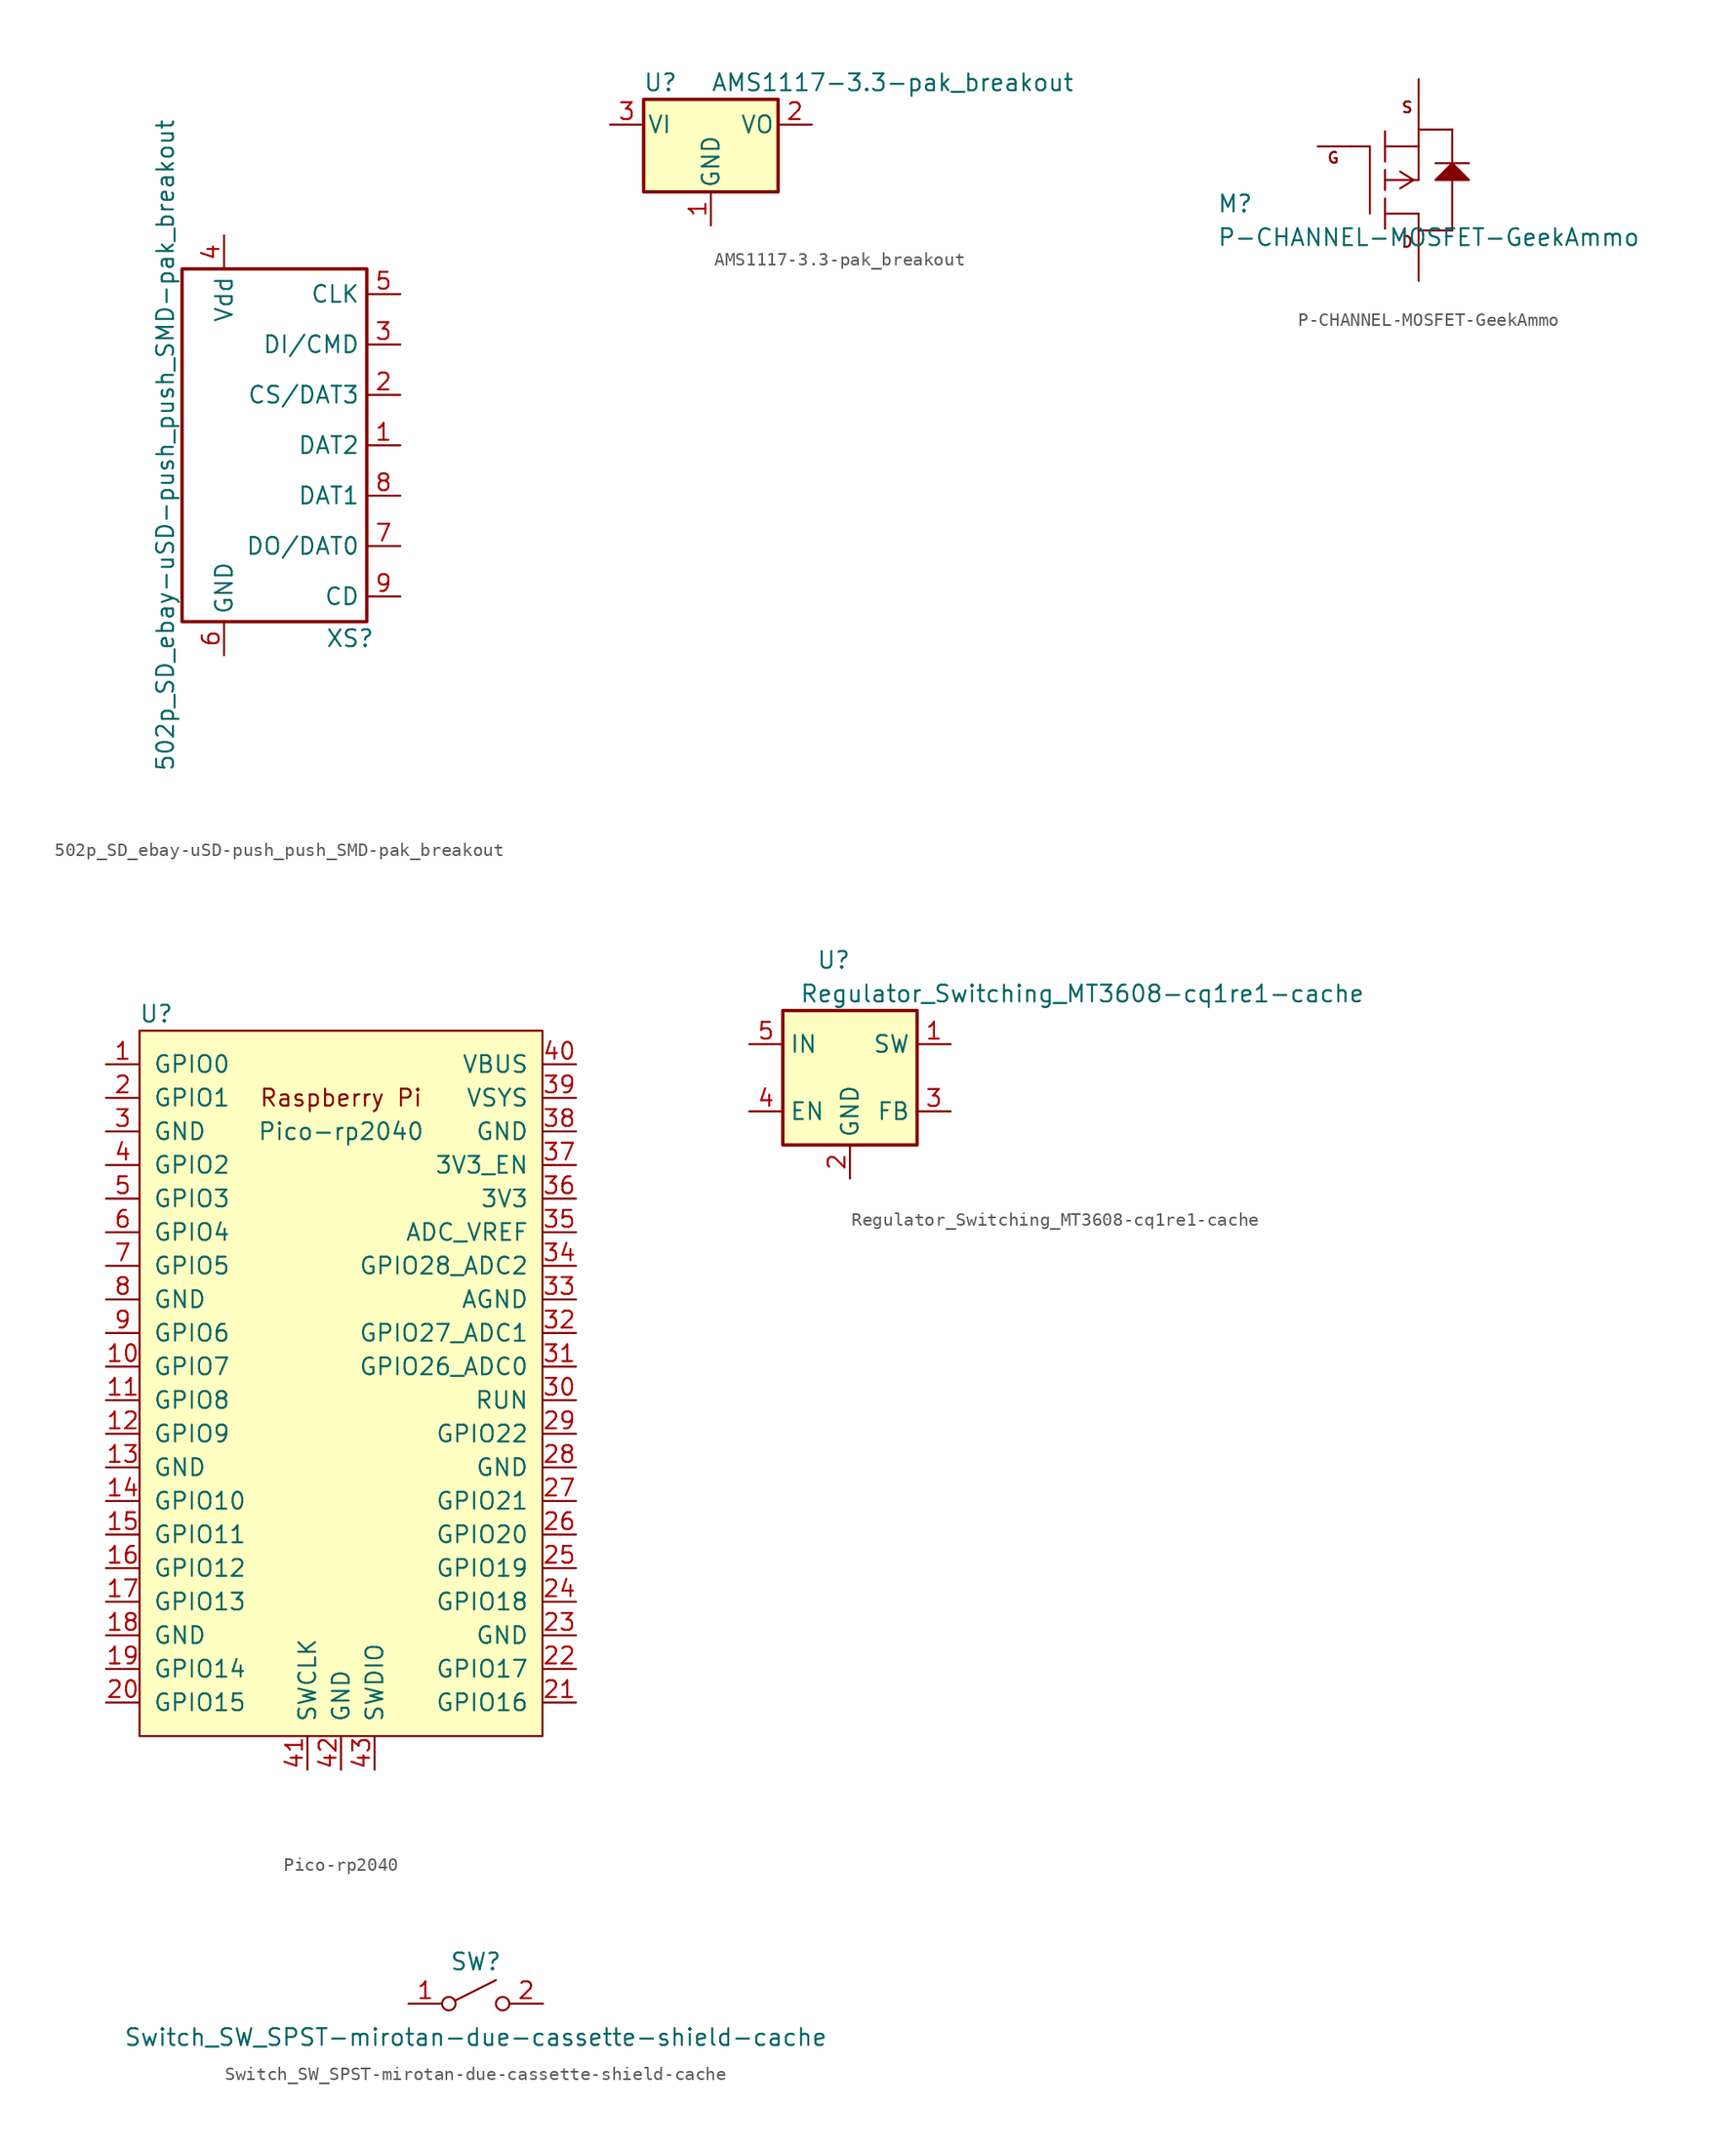
<source format=kicad_sym>
(kicad_symbol_lib
  (version 20231120)
  (generator "kicad_symbol_editor")
  (generator_version "8.0")
  (symbol "502p_SD_ebay-uSD-push_push_SMD-pak_breakout"
    (property "Reference" "XS"
      (at 5.715 -14.605 0)
      (effects (font (size 1.27 1.27))))
    (property "Value" "502p_SD_ebay-uSD-push_push_SMD-pak_breakout"
      (at -8.255 0 90)
      (effects (font (size 1.27 1.27))))
    (symbol "502p_SD_ebay-uSD-push_push_SMD-pak_breakout_0_0"
      (rectangle (start -6.985 13.335) (end 6.985 -13.335) (stroke (width 0.254) (type solid)) (fill (type none))))
    (symbol "502p_SD_ebay-uSD-push_push_SMD-pak_breakout_1_1"
      (pin bidirectional line (at 9.525 0 180) (length 2.54) (name "DAT2" (effects (font (size 1.27 1.27)))) (number "1" (effects (font (size 1.27 1.27)))))
      (pin input line (at 9.525 3.81 180) (length 2.54) (name "CS/DAT3" (effects (font (size 1.27 1.27)))) (number "2" (effects (font (size 1.27 1.27)))))
      (pin input line (at 9.525 7.62 180) (length 2.54) (name "DI/CMD" (effects (font (size 1.27 1.27)))) (number "3" (effects (font (size 1.27 1.27)))))
      (pin input line (at -3.81 15.875 270) (length 2.54) (name "Vdd" (effects (font (size 1.27 1.27)))) (number "4" (effects (font (size 1.27 1.27)))))
      (pin input line (at 9.525 11.43 180) (length 2.54) (name "CLK" (effects (font (size 1.27 1.27)))) (number "5" (effects (font (size 1.27 1.27)))))
      (pin input line (at -3.81 -15.875 90) (length 2.54) (name "GND" (effects (font (size 1.27 1.27)))) (number "6" (effects (font (size 1.27 1.27)))))
      (pin input line (at 9.525 -7.62 180) (length 2.54) (name "DO/DAT0" (effects (font (size 1.27 1.27)))) (number "7" (effects (font (size 1.27 1.27)))))
      (pin bidirectional line (at 9.525 -3.81 180) (length 2.54) (name "DAT1" (effects (font (size 1.27 1.27)))) (number "8" (effects (font (size 1.27 1.27)))))
      (pin input line (at 9.525 -11.43 180) (length 2.54) (name "CD" (effects (font (size 1.27 1.27)))) (number "9" (effects (font (size 1.27 1.27)))))))
  (symbol "AMS1117-3.3-pak_breakout"
    (pin_names
      (offset 0.254))
    (property "Reference" "U"
      (at -3.81 3.175 0)
      (effects (font (size 1.27 1.27))))
    (property "Value" "AMS1117-3.3-pak_breakout"
      (at 0 3.175 0)
      (effects (font (size 1.27 1.27)) (justify left)))
    (symbol "AMS1117-3.3-pak_breakout_0_1"
      (rectangle (start -5.08 -5.08) (end 5.08 1.905) (stroke (width 0.254) (type solid)) (fill (type background))))
    (symbol "AMS1117-3.3-pak_breakout_1_1"
      (pin power_in line (at 0 -7.62 90) (length 2.54) (name "GND" (effects (font (size 1.27 1.27)))) (number "1" (effects (font (size 1.27 1.27)))))
      (pin power_out line (at 7.62 0 180) (length 2.54) (name "VO" (effects (font (size 1.27 1.27)))) (number "2" (effects (font (size 1.27 1.27)))))
      (pin power_in line (at -7.62 0 0) (length 2.54) (name "VI" (effects (font (size 1.27 1.27)))) (number "3" (effects (font (size 1.27 1.27)))))))
  (symbol "P-CHANNEL-MOSFET-GeekAmmo"
    (pin_numbers hide)
    (pin_names
      (offset 1.016) hide)
    (property "Reference" "M"
      (at -12.7 -2.54 0)
      (effects (font (size 1.27 1.27)) (justify left bottom)))
    (property "Value" "P-CHANNEL-MOSFET-GeekAmmo"
      (at -12.7 -5.08 0)
      (effects (font (size 1.27 1.27)) (justify left bottom)))
    (property "ki_locked" ""
      (at 0 0 0)
      (effects (font (size 1.27 1.27))))
    (symbol "P-CHANNEL-MOSFET-GeekAmmo_1_0"
      (polyline (pts (xy -2.54 2.54) (xy -1.219 2.54)) (stroke (width 0) (type solid)) (fill (type none)))
      (polyline (pts (xy -1.143 2.54) (xy -1.143 -2.54)) (stroke (width 0) (type solid)) (fill (type none)))
      (polyline (pts (xy 0 -2.54) (xy 0 -3.683)) (stroke (width 0) (type solid)) (fill (type none)))
      (polyline (pts (xy 0 -2.54) (xy 2.54 -2.54)) (stroke (width 0) (type solid)) (fill (type none)))
      (polyline (pts (xy 0 -1.397) (xy 0 -2.54)) (stroke (width 0) (type solid)) (fill (type none)))
      (polyline (pts (xy 0 0) (xy 0 -0.762)) (stroke (width 0) (type solid)) (fill (type none)))
      (polyline (pts (xy 0 0) (xy 2.159 0)) (stroke (width 0) (type solid)) (fill (type none)))
      (polyline (pts (xy 0 0.762) (xy 0 0)) (stroke (width 0) (type solid)) (fill (type none)))
      (polyline (pts (xy 0 2.54) (xy 0 1.397)) (stroke (width 0) (type solid)) (fill (type none)))
      (polyline (pts (xy 0 2.54) (xy 2.54 2.54)) (stroke (width 0) (type solid)) (fill (type none)))
      (polyline (pts (xy 0 3.683) (xy 0 2.54)) (stroke (width 0) (type solid)) (fill (type none)))
      (polyline (pts (xy 1.143 -0.635) (xy 2.159 0)) (stroke (width 0) (type solid)) (fill (type none)))
      (polyline (pts (xy 1.143 0.635) (xy 2.159 0)) (stroke (width 0) (type solid)) (fill (type none)))
      (polyline (pts (xy 2.159 0) (xy 2.54 0)) (stroke (width 0) (type solid)) (fill (type none)))
      (polyline (pts (xy 2.54 -3.81) (xy 2.54 -5.08)) (stroke (width 0) (type solid)) (fill (type none)))
      (polyline (pts (xy 2.54 -2.54) (xy 2.54 -3.81)) (stroke (width 0) (type solid)) (fill (type none)))
      (polyline (pts (xy 2.54 0) (xy 2.54 2.54)) (stroke (width 0) (type solid)) (fill (type none)))
      (polyline (pts (xy 2.54 2.54) (xy 2.54 3.81)) (stroke (width 0) (type solid)) (fill (type none)))
      (polyline (pts (xy 2.54 5.08) (xy 2.54 3.81)) (stroke (width 0) (type solid)) (fill (type none)))
      (polyline (pts (xy 5.08 -3.81) (xy 2.54 -3.81)) (stroke (width 0) (type solid)) (fill (type none)))
      (polyline (pts (xy 5.08 0) (xy 5.08 -3.81)) (stroke (width 0) (type solid)) (fill (type none)))
      (polyline (pts (xy 5.08 1.27) (xy 3.81 1.27)) (stroke (width 0) (type solid)) (fill (type none)))
      (polyline (pts (xy 5.08 1.27) (xy 5.08 3.81)) (stroke (width 0) (type solid)) (fill (type none)))
      (polyline (pts (xy 5.08 1.27) (xy 6.35 1.27)) (stroke (width 0) (type solid)) (fill (type none)))
      (polyline (pts (xy 5.08 3.81) (xy 2.54 3.81)) (stroke (width 0) (type solid)) (fill (type none)))
      (text "D" (at 1.676 -4.674 0) (effects (font (size 0.813 0.813))))
      (text "G" (at -3.912 1.676 0) (effects (font (size 0.813 0.813))))
      (text "S" (at 1.676 5.486 0) (effects (font (size 0.813 0.813)))))
    (symbol "P-CHANNEL-MOSFET-GeekAmmo_1_1"
      (polyline (pts (xy 5.08 1.27) (xy 3.81 0) (xy 3.81 0) (xy 6.35 0) (xy 6.35 0) (xy 5.08 1.27)) (stroke (width 0) (type solid)) (fill (type outline)))
      (pin passive line (at -5.08 2.54 0) (length 2.54) (name "G" (effects (font (size 1.016 1.016)))) (number "1" (effects (font (size 1.016 1.016)))))
      (pin passive line (at 2.54 7.62 270) (length 2.54) (name "S" (effects (font (size 1.016 1.016)))) (number "2" (effects (font (size 1.016 1.016)))))
      (pin passive line (at 2.54 -7.62 90) (length 2.54) (name "D" (effects (font (size 1.016 1.016)))) (number "3" (effects (font (size 1.016 1.016)))))))
  (symbol "Pico-rp2040"
    (pin_names
      (offset 1.016))
    (property "Reference" "U"
      (at -13.97 27.94 0)
      (effects (font (size 1.27 1.27))))
    (property "Value" "Pico-rp2040"
      (at 0 19.05 0)
      (effects (font (size 1.27 1.27))))
    (symbol "Pico-rp2040_0_0"
      (text "Raspberry Pi" (at 0 21.59 0) (effects (font (size 1.27 1.27)))))
    (symbol "Pico-rp2040_0_1"
      (rectangle (start -15.24 26.67) (end 15.24 -26.67) (stroke (width 0) (type solid)) (fill (type background))))
    (symbol "Pico-rp2040_1_1"
      (pin bidirectional line (at -17.78 24.13 0) (length 2.54) (name "GPIO0" (effects (font (size 1.27 1.27)))) (number "1" (effects (font (size 1.27 1.27)))))
      (pin bidirectional line (at -17.78 1.27 0) (length 2.54) (name "GPIO7" (effects (font (size 1.27 1.27)))) (number "10" (effects (font (size 1.27 1.27)))))
      (pin bidirectional line (at -17.78 -1.27 0) (length 2.54) (name "GPIO8" (effects (font (size 1.27 1.27)))) (number "11" (effects (font (size 1.27 1.27)))))
      (pin bidirectional line (at -17.78 -3.81 0) (length 2.54) (name "GPIO9" (effects (font (size 1.27 1.27)))) (number "12" (effects (font (size 1.27 1.27)))))
      (pin power_in line (at -17.78 -6.35 0) (length 2.54) (name "GND" (effects (font (size 1.27 1.27)))) (number "13" (effects (font (size 1.27 1.27)))))
      (pin bidirectional line (at -17.78 -8.89 0) (length 2.54) (name "GPIO10" (effects (font (size 1.27 1.27)))) (number "14" (effects (font (size 1.27 1.27)))))
      (pin bidirectional line (at -17.78 -11.43 0) (length 2.54) (name "GPIO11" (effects (font (size 1.27 1.27)))) (number "15" (effects (font (size 1.27 1.27)))))
      (pin bidirectional line (at -17.78 -13.97 0) (length 2.54) (name "GPIO12" (effects (font (size 1.27 1.27)))) (number "16" (effects (font (size 1.27 1.27)))))
      (pin bidirectional line (at -17.78 -16.51 0) (length 2.54) (name "GPIO13" (effects (font (size 1.27 1.27)))) (number "17" (effects (font (size 1.27 1.27)))))
      (pin power_in line (at -17.78 -19.05 0) (length 2.54) (name "GND" (effects (font (size 1.27 1.27)))) (number "18" (effects (font (size 1.27 1.27)))))
      (pin bidirectional line (at -17.78 -21.59 0) (length 2.54) (name "GPIO14" (effects (font (size 1.27 1.27)))) (number "19" (effects (font (size 1.27 1.27)))))
      (pin bidirectional line (at -17.78 21.59 0) (length 2.54) (name "GPIO1" (effects (font (size 1.27 1.27)))) (number "2" (effects (font (size 1.27 1.27)))))
      (pin bidirectional line (at -17.78 -24.13 0) (length 2.54) (name "GPIO15" (effects (font (size 1.27 1.27)))) (number "20" (effects (font (size 1.27 1.27)))))
      (pin bidirectional line (at 17.78 -24.13 180) (length 2.54) (name "GPIO16" (effects (font (size 1.27 1.27)))) (number "21" (effects (font (size 1.27 1.27)))))
      (pin bidirectional line (at 17.78 -21.59 180) (length 2.54) (name "GPIO17" (effects (font (size 1.27 1.27)))) (number "22" (effects (font (size 1.27 1.27)))))
      (pin power_in line (at 17.78 -19.05 180) (length 2.54) (name "GND" (effects (font (size 1.27 1.27)))) (number "23" (effects (font (size 1.27 1.27)))))
      (pin bidirectional line (at 17.78 -16.51 180) (length 2.54) (name "GPIO18" (effects (font (size 1.27 1.27)))) (number "24" (effects (font (size 1.27 1.27)))))
      (pin bidirectional line (at 17.78 -13.97 180) (length 2.54) (name "GPIO19" (effects (font (size 1.27 1.27)))) (number "25" (effects (font (size 1.27 1.27)))))
      (pin bidirectional line (at 17.78 -11.43 180) (length 2.54) (name "GPIO20" (effects (font (size 1.27 1.27)))) (number "26" (effects (font (size 1.27 1.27)))))
      (pin bidirectional line (at 17.78 -8.89 180) (length 2.54) (name "GPIO21" (effects (font (size 1.27 1.27)))) (number "27" (effects (font (size 1.27 1.27)))))
      (pin power_in line (at 17.78 -6.35 180) (length 2.54) (name "GND" (effects (font (size 1.27 1.27)))) (number "28" (effects (font (size 1.27 1.27)))))
      (pin bidirectional line (at 17.78 -3.81 180) (length 2.54) (name "GPIO22" (effects (font (size 1.27 1.27)))) (number "29" (effects (font (size 1.27 1.27)))))
      (pin power_in line (at -17.78 19.05 0) (length 2.54) (name "GND" (effects (font (size 1.27 1.27)))) (number "3" (effects (font (size 1.27 1.27)))))
      (pin input line (at 17.78 -1.27 180) (length 2.54) (name "RUN" (effects (font (size 1.27 1.27)))) (number "30" (effects (font (size 1.27 1.27)))))
      (pin bidirectional line (at 17.78 1.27 180) (length 2.54) (name "GPIO26_ADC0" (effects (font (size 1.27 1.27)))) (number "31" (effects (font (size 1.27 1.27)))))
      (pin bidirectional line (at 17.78 3.81 180) (length 2.54) (name "GPIO27_ADC1" (effects (font (size 1.27 1.27)))) (number "32" (effects (font (size 1.27 1.27)))))
      (pin power_in line (at 17.78 6.35 180) (length 2.54) (name "AGND" (effects (font (size 1.27 1.27)))) (number "33" (effects (font (size 1.27 1.27)))))
      (pin bidirectional line (at 17.78 8.89 180) (length 2.54) (name "GPIO28_ADC2" (effects (font (size 1.27 1.27)))) (number "34" (effects (font (size 1.27 1.27)))))
      (pin unspecified line (at 17.78 11.43 180) (length 2.54) (name "ADC_VREF" (effects (font (size 1.27 1.27)))) (number "35" (effects (font (size 1.27 1.27)))))
      (pin unspecified line (at 17.78 13.97 180) (length 2.54) (name "3V3" (effects (font (size 1.27 1.27)))) (number "36" (effects (font (size 1.27 1.27)))))
      (pin input line (at 17.78 16.51 180) (length 2.54) (name "3V3_EN" (effects (font (size 1.27 1.27)))) (number "37" (effects (font (size 1.27 1.27)))))
      (pin bidirectional line (at 17.78 19.05 180) (length 2.54) (name "GND" (effects (font (size 1.27 1.27)))) (number "38" (effects (font (size 1.27 1.27)))))
      (pin unspecified line (at 17.78 21.59 180) (length 2.54) (name "VSYS" (effects (font (size 1.27 1.27)))) (number "39" (effects (font (size 1.27 1.27)))))
      (pin bidirectional line (at -17.78 16.51 0) (length 2.54) (name "GPIO2" (effects (font (size 1.27 1.27)))) (number "4" (effects (font (size 1.27 1.27)))))
      (pin unspecified line (at 17.78 24.13 180) (length 2.54) (name "VBUS" (effects (font (size 1.27 1.27)))) (number "40" (effects (font (size 1.27 1.27)))))
      (pin input line (at -2.54 -29.21 90) (length 2.54) (name "SWCLK" (effects (font (size 1.27 1.27)))) (number "41" (effects (font (size 1.27 1.27)))))
      (pin power_in line (at 0 -29.21 90) (length 2.54) (name "GND" (effects (font (size 1.27 1.27)))) (number "42" (effects (font (size 1.27 1.27)))))
      (pin bidirectional line (at 2.54 -29.21 90) (length 2.54) (name "SWDIO" (effects (font (size 1.27 1.27)))) (number "43" (effects (font (size 1.27 1.27)))))
      (pin bidirectional line (at -17.78 13.97 0) (length 2.54) (name "GPIO3" (effects (font (size 1.27 1.27)))) (number "5" (effects (font (size 1.27 1.27)))))
      (pin bidirectional line (at -17.78 11.43 0) (length 2.54) (name "GPIO4" (effects (font (size 1.27 1.27)))) (number "6" (effects (font (size 1.27 1.27)))))
      (pin bidirectional line (at -17.78 8.89 0) (length 2.54) (name "GPIO5" (effects (font (size 1.27 1.27)))) (number "7" (effects (font (size 1.27 1.27)))))
      (pin power_in line (at -17.78 6.35 0) (length 2.54) (name "GND" (effects (font (size 1.27 1.27)))) (number "8" (effects (font (size 1.27 1.27)))))
      (pin bidirectional line (at -17.78 3.81 0) (length 2.54) (name "GPIO6" (effects (font (size 1.27 1.27)))) (number "9" (effects (font (size 1.27 1.27)))))))
  (symbol "Regulator_Switching_MT3608-cq1re1-cache"
    (property "Reference" "U"
      (at -2.54 8.89 0)
      (effects (font (size 1.27 1.27)) (justify left)))
    (property "Value" "Regulator_Switching_MT3608-cq1re1-cache"
      (at -3.81 6.35 0)
      (effects (font (size 1.27 1.27)) (justify left)))
    (symbol "Regulator_Switching_MT3608-cq1re1-cache_0_1"
      (rectangle (start -5.08 5.08) (end 5.08 -5.08) (stroke (width 0.254) (type solid)) (fill (type background))))
    (symbol "Regulator_Switching_MT3608-cq1re1-cache_1_1"
      (pin passive line (at 7.62 2.54 180) (length 2.54) (name "SW" (effects (font (size 1.27 1.27)))) (number "1" (effects (font (size 1.27 1.27)))))
      (pin power_in line (at 0 -7.62 90) (length 2.54) (name "GND" (effects (font (size 1.27 1.27)))) (number "2" (effects (font (size 1.27 1.27)))))
      (pin input line (at 7.62 -2.54 180) (length 2.54) (name "FB" (effects (font (size 1.27 1.27)))) (number "3" (effects (font (size 1.27 1.27)))))
      (pin input line (at -7.62 -2.54 0) (length 2.54) (name "EN" (effects (font (size 1.27 1.27)))) (number "4" (effects (font (size 1.27 1.27)))))
      (pin power_in line (at -7.62 2.54 0) (length 2.54) (name "IN" (effects (font (size 1.27 1.27)))) (number "5" (effects (font (size 1.27 1.27)))))
      (pin no_connect line (at 5.08 0 180) (length 2.54) hide (name "NC" (effects (font (size 1.27 1.27)))) (number "6" (effects (font (size 1.27 1.27)))))))
  (symbol "Switch_SW_SPST-mirotan-due-cassette-shield-cache"
    (pin_names
      (offset 0) hide)
    (property "Reference" "SW"
      (at 0 3.175 0)
      (effects (font (size 1.27 1.27))))
    (property "Value" "Switch_SW_SPST-mirotan-due-cassette-shield-cache"
      (at 0 -2.54 0)
      (effects (font (size 1.27 1.27))))
    (symbol "Switch_SW_SPST-mirotan-due-cassette-shield-cache_0_0"
      (circle (center -2.032 0) (radius 0.508) (stroke (width 0) (type solid)) (fill (type none)))
      (polyline (pts (xy -1.524 0.254) (xy 1.524 1.778)) (stroke (width 0) (type solid)) (fill (type none)))
      (circle (center 2.032 0) (radius 0.508) (stroke (width 0) (type solid)) (fill (type none))))
    (symbol "Switch_SW_SPST-mirotan-due-cassette-shield-cache_1_1"
      (pin passive line (at -5.08 0 0) (length 2.54) (name "A" (effects (font (size 1.27 1.27)))) (number "1" (effects (font (size 1.27 1.27)))))
      (pin passive line (at 5.08 0 180) (length 2.54) (name "B" (effects (font (size 1.27 1.27)))) (number "2" (effects (font (size 1.27 1.27))))))))
</source>
